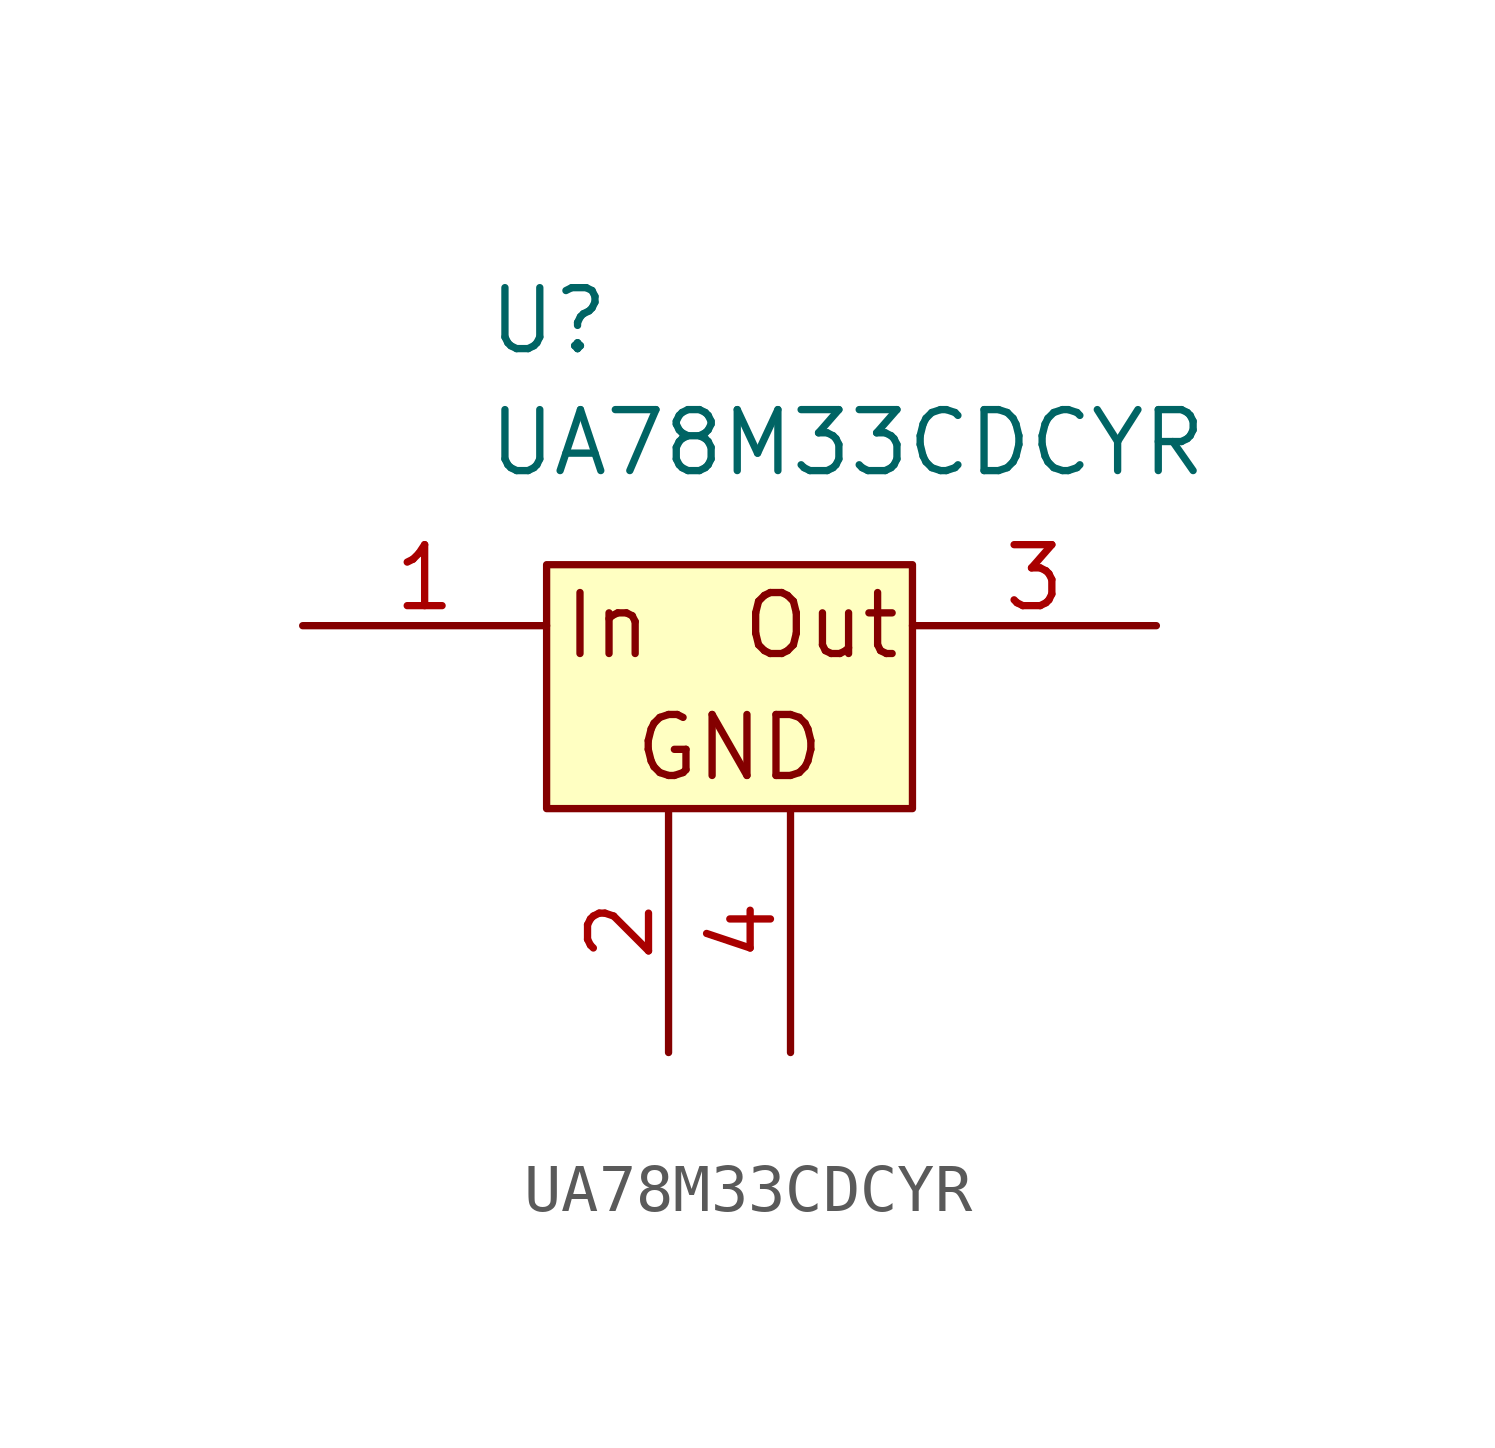
<source format=kicad_sym>
(kicad_symbol_lib
  (version 20211014)
  (generator kicad_symbol_editor)
  (symbol "UA78M33CDCYR"
    (pin_names
      (offset 0.762) hide)
    (property "Reference" "U"
      (at -5.08 6.35 0)
      (effects (font (size 1.27 1.27)) (justify left)))
    (property "Value" "UA78M33CDCYR"
      (at -5.08 3.81 0)
      (effects (font (size 1.27 1.27)) (justify left)))
    (symbol "UA78M33CDCYR_0_0"
      (text "GND" (at 0 -2.54 0) (effects (font (size 1.27 1.27))))
      (text "In" (at -2.54 0 0) (effects (font (size 1.27 1.27))))
      (text "Out" (at 1.905 0 0) (effects (font (size 1.27 1.27))))
      (pin power_in line (at -8.89 0 0) (length 5.08) (name "INPUT" (effects (font (size 1.27 1.27)))) (number "1" (effects (font (size 1.27 1.27)))))
      (pin passive line (at -1.27 -8.89 90) (length 5.08) (name "COMMON_1" (effects (font (size 1.27 1.27)))) (number "2" (effects (font (size 1.27 1.27)))))
      (pin power_out line (at 8.89 0 180) (length 5.08) (name "OUTPUT" (effects (font (size 1.27 1.27)))) (number "3" (effects (font (size 1.27 1.27)))))
      (pin passive line (at 1.27 -8.89 90) (length 5.08) (name "COMMON_2" (effects (font (size 1.27 1.27)))) (number "4" (effects (font (size 1.27 1.27))))))
    (symbol "UA78M33CDCYR_0_1"
      (rectangle (start -3.81 1.27) (end 3.81 -3.81) (stroke (width 0) (type default) (color 0 0 0 0)) (fill (type background))))))
</source>
